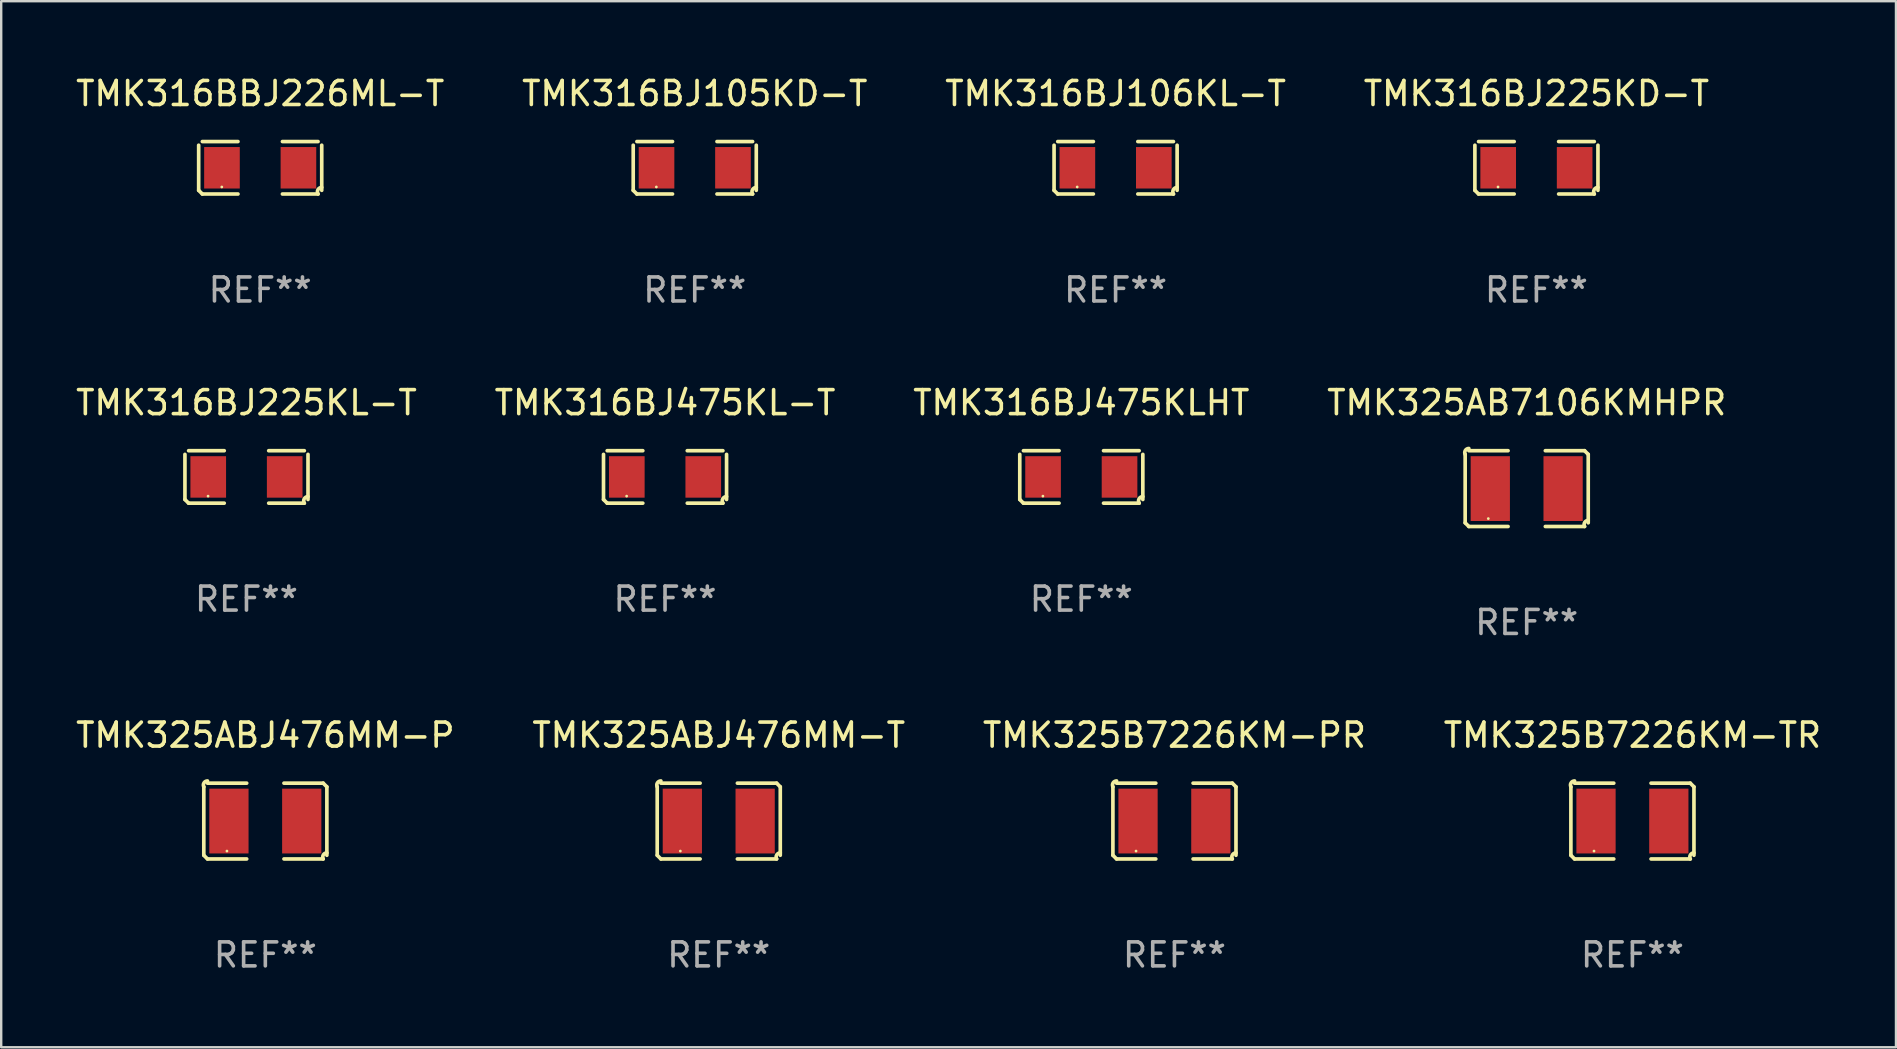
<source format=kicad_pcb>
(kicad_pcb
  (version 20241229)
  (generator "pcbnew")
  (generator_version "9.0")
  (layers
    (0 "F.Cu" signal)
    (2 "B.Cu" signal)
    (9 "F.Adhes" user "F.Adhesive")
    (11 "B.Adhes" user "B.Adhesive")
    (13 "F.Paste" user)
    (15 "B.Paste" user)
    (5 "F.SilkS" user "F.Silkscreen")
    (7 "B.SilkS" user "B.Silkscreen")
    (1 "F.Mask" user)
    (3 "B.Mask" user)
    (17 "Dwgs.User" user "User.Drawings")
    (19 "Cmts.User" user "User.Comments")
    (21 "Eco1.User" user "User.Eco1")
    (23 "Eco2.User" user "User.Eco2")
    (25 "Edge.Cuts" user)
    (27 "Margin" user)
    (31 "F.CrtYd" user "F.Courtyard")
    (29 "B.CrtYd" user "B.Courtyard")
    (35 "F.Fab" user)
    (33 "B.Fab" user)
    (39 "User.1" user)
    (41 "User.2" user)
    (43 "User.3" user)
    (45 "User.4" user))
  (footprint "TMK325ABJ476MM-T"
    (layer "F.Cu")
    (at 26.899 31.162)
    (property "Reference" "TMK325ABJ476MM-T" (at 0 -3.579 0) (layer "F.SilkS") (effects (font (size 1 1) (thickness 0.15))))
    (attr through_hole)
    (fp_line (start -2.564 1.426) (end -2.564 -1.426) (stroke (width 0.152) (type solid)) (layer "F.SilkS"))
    (fp_line (start -2.411 -1.579) (end -0.776 -1.579) (stroke (width 0.152) (type solid)) (layer "F.SilkS"))
    (fp_line (start -0.776 1.579) (end -2.411 1.579) (stroke (width 0.152) (type solid)) (layer "F.SilkS"))
    (fp_line (start 0.776 1.579) (end 2.411 1.579) (stroke (width 0.152) (type solid)) (layer "F.SilkS"))
    (fp_line (start 2.411 -1.579) (end 0.776 -1.579) (stroke (width 0.152) (type solid)) (layer "F.SilkS"))
    (fp_line (start 2.564 1.426) (end 2.564 -1.426) (stroke (width 0.152) (type solid)) (layer "F.SilkS"))
    (fp_arc (start -2.563602 -1.426213) (mid -2.555597 -1.591233) (end -2.411201 -1.671518) (stroke (width 0.1524) (type solid)) (layer "F.SilkS"))
    (fp_arc (start -2.5636 1.426214) (mid -2.487389 1.502402) (end -2.411201 1.578613) (stroke (width 0.1524) (type solid)) (layer "F.SilkS"))
    (fp_arc (start 2.411197 -1.578618) (mid 2.487403 -1.502419) (end 2.563602 -1.426213) (stroke (width 0.1524) (type solid)) (layer "F.SilkS"))
    (fp_arc (start 2.411201 1.578613) (mid 2.416214 1.409455) (end 2.563602 1.32629) (stroke (width 0.1524) (type solid)) (layer "F.SilkS"))
    (fp_circle (center -1.6 1.25) (end -1.57 1.25) (stroke (width 0.06) (type solid)) (fill no) (layer "F.SilkS"))
    (fp_text user "REF**" (at 0 5.579 0) (layer "F.Fab") (effects (font (size 1 1) (thickness 0.15))))
    (pad "1" smd rect (at -1.517 0) (size 1.635 2.7) (layers "F.Cu" "F.Mask" "F.Paste"))
    (pad "2" smd rect (at 1.517 0) (size 1.635 2.7) (layers "F.Cu" "F.Mask" "F.Paste")))
  (footprint "TMK316BJ225KL-T"
    (layer "F.Cu")
    (at 7.22 16.823)
    (property "Reference" "TMK316BJ225KL-T" (at 0 -3.093 0) (layer "F.SilkS") (effects (font (size 1 1) (thickness 0.15))))
    (attr through_hole)
    (fp_line (start -2.564 0.94) (end -2.564 -0.94) (stroke (width 0.152) (type solid)) (layer "F.SilkS"))
    (fp_line (start -2.411 -1.093) (end -0.926 -1.093) (stroke (width 0.152) (type solid)) (layer "F.SilkS"))
    (fp_line (start -0.926 1.093) (end -2.411 1.093) (stroke (width 0.152) (type solid)) (layer "F.SilkS"))
    (fp_line (start 0.926 1.093) (end 2.411 1.093) (stroke (width 0.152) (type solid)) (layer "F.SilkS"))
    (fp_line (start 2.411 -1.093) (end 0.926 -1.093) (stroke (width 0.152) (type solid)) (layer "F.SilkS"))
    (fp_line (start 2.564 0.94) (end 2.564 -0.94) (stroke (width 0.152) (type solid)) (layer "F.SilkS"))
    (fp_arc (start -2.411201 1.092609) (mid -2.487413 1.01642) (end -2.563602 0.940208) (stroke (width 0.1524) (type solid)) (layer "F.SilkS"))
    (fp_arc (start 2.411201 1.092609) (mid 2.407159 0.911226) (end 2.563602 0.819347) (stroke (width 0.1524) (type solid)) (layer "F.SilkS"))
    (fp_circle (center -1.6 0.8) (end -1.57 0.8) (stroke (width 0.06) (type solid)) (fill no) (layer "F.SilkS"))
    (fp_text user "REF**" (at 0 5.093 0) (layer "F.Fab") (effects (font (size 1 1) (thickness 0.15))))
    (pad "1" smd rect (at -1.593 0) (size 1.485 1.728) (layers "F.Cu" "F.Mask" "F.Paste"))
    (pad "2" smd rect (at 1.593 0) (size 1.485 1.728) (layers "F.Cu" "F.Mask" "F.Paste")))
  (footprint "TMK316BJ475KL-T"
    (layer "F.Cu")
    (at 24.661 16.823)
    (property "Reference" "TMK316BJ475KL-T" (at 0 -3.093 0) (layer "F.SilkS") (effects (font (size 1 1) (thickness 0.15))))
    (attr through_hole)
    (fp_line (start -2.564 0.94) (end -2.564 -0.94) (stroke (width 0.152) (type solid)) (layer "F.SilkS"))
    (fp_line (start -2.411 -1.093) (end -0.926 -1.093) (stroke (width 0.152) (type solid)) (layer "F.SilkS"))
    (fp_line (start -0.926 1.093) (end -2.411 1.093) (stroke (width 0.152) (type solid)) (layer "F.SilkS"))
    (fp_line (start 0.926 1.093) (end 2.411 1.093) (stroke (width 0.152) (type solid)) (layer "F.SilkS"))
    (fp_line (start 2.411 -1.093) (end 0.926 -1.093) (stroke (width 0.152) (type solid)) (layer "F.SilkS"))
    (fp_line (start 2.564 0.94) (end 2.564 -0.94) (stroke (width 0.152) (type solid)) (layer "F.SilkS"))
    (fp_arc (start -2.411201 1.092609) (mid -2.487413 1.01642) (end -2.563602 0.940208) (stroke (width 0.1524) (type solid)) (layer "F.SilkS"))
    (fp_arc (start 2.411201 1.092609) (mid 2.407159 0.911226) (end 2.563602 0.819347) (stroke (width 0.1524) (type solid)) (layer "F.SilkS"))
    (fp_circle (center -1.6 0.8) (end -1.57 0.8) (stroke (width 0.06) (type solid)) (fill no) (layer "F.SilkS"))
    (fp_text user "REF**" (at 0 5.093 0) (layer "F.Fab") (effects (font (size 1 1) (thickness 0.15))))
    (pad "1" smd rect (at -1.593 0) (size 1.485 1.728) (layers "F.Cu" "F.Mask" "F.Paste"))
    (pad "2" smd rect (at 1.593 0) (size 1.485 1.728) (layers "F.Cu" "F.Mask" "F.Paste")))
  (footprint "TMK316BJ105KD-T"
    (layer "F.Cu")
    (at 25.899 3.941)
    (property "Reference" "TMK316BJ105KD-T" (at 0 -3.093 0) (layer "F.SilkS") (effects (font (size 1 1) (thickness 0.15))))
    (attr through_hole)
    (fp_line (start -2.564 0.94) (end -2.564 -0.94) (stroke (width 0.152) (type solid)) (layer "F.SilkS"))
    (fp_line (start -2.411 -1.093) (end -0.926 -1.093) (stroke (width 0.152) (type solid)) (layer "F.SilkS"))
    (fp_line (start -0.926 1.093) (end -2.411 1.093) (stroke (width 0.152) (type solid)) (layer "F.SilkS"))
    (fp_line (start 0.926 1.093) (end 2.411 1.093) (stroke (width 0.152) (type solid)) (layer "F.SilkS"))
    (fp_line (start 2.411 -1.093) (end 0.926 -1.093) (stroke (width 0.152) (type solid)) (layer "F.SilkS"))
    (fp_line (start 2.564 0.94) (end 2.564 -0.94) (stroke (width 0.152) (type solid)) (layer "F.SilkS"))
    (fp_arc (start -2.411201 1.092609) (mid -2.487413 1.01642) (end -2.563602 0.940208) (stroke (width 0.1524) (type solid)) (layer "F.SilkS"))
    (fp_arc (start 2.411201 1.092609) (mid 2.407159 0.911226) (end 2.563602 0.819347) (stroke (width 0.1524) (type solid)) (layer "F.SilkS"))
    (fp_circle (center -1.6 0.8) (end -1.57 0.8) (stroke (width 0.06) (type solid)) (fill no) (layer "F.SilkS"))
    (fp_text user "REF**" (at 0 5.093 0) (layer "F.Fab") (effects (font (size 1 1) (thickness 0.15))))
    (pad "1" smd rect (at -1.593 0) (size 1.485 1.728) (layers "F.Cu" "F.Mask" "F.Paste"))
    (pad "2" smd rect (at 1.593 0) (size 1.485 1.728) (layers "F.Cu" "F.Mask" "F.Paste")))
  (footprint "TMK316BJ475KLHT"
    (layer "F.Cu")
    (at 42.006 16.823)
    (property "Reference" "TMK316BJ475KLHT" (at 0 -3.093 0) (layer "F.SilkS") (effects (font (size 1 1) (thickness 0.15))))
    (attr through_hole)
    (fp_line (start -2.564 0.94) (end -2.564 -0.94) (stroke (width 0.152) (type solid)) (layer "F.SilkS"))
    (fp_line (start -2.411 -1.093) (end -0.926 -1.093) (stroke (width 0.152) (type solid)) (layer "F.SilkS"))
    (fp_line (start -0.926 1.093) (end -2.411 1.093) (stroke (width 0.152) (type solid)) (layer "F.SilkS"))
    (fp_line (start 0.926 1.093) (end 2.411 1.093) (stroke (width 0.152) (type solid)) (layer "F.SilkS"))
    (fp_line (start 2.411 -1.093) (end 0.926 -1.093) (stroke (width 0.152) (type solid)) (layer "F.SilkS"))
    (fp_line (start 2.564 0.94) (end 2.564 -0.94) (stroke (width 0.152) (type solid)) (layer "F.SilkS"))
    (fp_arc (start -2.411201 1.092609) (mid -2.487413 1.01642) (end -2.563602 0.940208) (stroke (width 0.1524) (type solid)) (layer "F.SilkS"))
    (fp_arc (start 2.411201 1.092609) (mid 2.407159 0.911226) (end 2.563602 0.819347) (stroke (width 0.1524) (type solid)) (layer "F.SilkS"))
    (fp_circle (center -1.6 0.8) (end -1.57 0.8) (stroke (width 0.06) (type solid)) (fill no) (layer "F.SilkS"))
    (fp_text user "REF**" (at 0 5.093 0) (layer "F.Fab") (effects (font (size 1 1) (thickness 0.15))))
    (pad "1" smd rect (at -1.593 0) (size 1.485 1.728) (layers "F.Cu" "F.Mask" "F.Paste"))
    (pad "2" smd rect (at 1.593 0) (size 1.485 1.728) (layers "F.Cu" "F.Mask" "F.Paste")))
  (footprint "TMK316BJ106KL-T"
    (layer "F.Cu")
    (at 43.435 3.941)
    (property "Reference" "TMK316BJ106KL-T" (at 0 -3.093 0) (layer "F.SilkS") (effects (font (size 1 1) (thickness 0.15))))
    (attr through_hole)
    (fp_line (start -2.564 0.94) (end -2.564 -0.94) (stroke (width 0.152) (type solid)) (layer "F.SilkS"))
    (fp_line (start -2.411 -1.093) (end -0.926 -1.093) (stroke (width 0.152) (type solid)) (layer "F.SilkS"))
    (fp_line (start -0.926 1.093) (end -2.411 1.093) (stroke (width 0.152) (type solid)) (layer "F.SilkS"))
    (fp_line (start 0.926 1.093) (end 2.411 1.093) (stroke (width 0.152) (type solid)) (layer "F.SilkS"))
    (fp_line (start 2.411 -1.093) (end 0.926 -1.093) (stroke (width 0.152) (type solid)) (layer "F.SilkS"))
    (fp_line (start 2.564 0.94) (end 2.564 -0.94) (stroke (width 0.152) (type solid)) (layer "F.SilkS"))
    (fp_arc (start -2.411201 1.092609) (mid -2.487413 1.01642) (end -2.563602 0.940208) (stroke (width 0.1524) (type solid)) (layer "F.SilkS"))
    (fp_arc (start 2.411201 1.092609) (mid 2.407159 0.911226) (end 2.563602 0.819347) (stroke (width 0.1524) (type solid)) (layer "F.SilkS"))
    (fp_circle (center -1.6 0.8) (end -1.57 0.8) (stroke (width 0.06) (type solid)) (fill no) (layer "F.SilkS"))
    (fp_text user "REF**" (at 0 5.093 0) (layer "F.Fab") (effects (font (size 1 1) (thickness 0.15))))
    (pad "1" smd rect (at -1.593 0) (size 1.485 1.728) (layers "F.Cu" "F.Mask" "F.Paste"))
    (pad "2" smd rect (at 1.593 0) (size 1.485 1.728) (layers "F.Cu" "F.Mask" "F.Paste")))
  (footprint "TMK316BJ225KD-T"
    (layer "F.Cu")
    (at 60.97 3.941)
    (property "Reference" "TMK316BJ225KD-T" (at 0 -3.093 0) (layer "F.SilkS") (effects (font (size 1 1) (thickness 0.15))))
    (attr through_hole)
    (fp_line (start -2.564 0.94) (end -2.564 -0.94) (stroke (width 0.152) (type solid)) (layer "F.SilkS"))
    (fp_line (start -2.411 -1.093) (end -0.926 -1.093) (stroke (width 0.152) (type solid)) (layer "F.SilkS"))
    (fp_line (start -0.926 1.093) (end -2.411 1.093) (stroke (width 0.152) (type solid)) (layer "F.SilkS"))
    (fp_line (start 0.926 1.093) (end 2.411 1.093) (stroke (width 0.152) (type solid)) (layer "F.SilkS"))
    (fp_line (start 2.411 -1.093) (end 0.926 -1.093) (stroke (width 0.152) (type solid)) (layer "F.SilkS"))
    (fp_line (start 2.564 0.94) (end 2.564 -0.94) (stroke (width 0.152) (type solid)) (layer "F.SilkS"))
    (fp_arc (start -2.411201 1.092609) (mid -2.487413 1.01642) (end -2.563602 0.940208) (stroke (width 0.1524) (type solid)) (layer "F.SilkS"))
    (fp_arc (start 2.411201 1.092609) (mid 2.407159 0.911226) (end 2.563602 0.819347) (stroke (width 0.1524) (type solid)) (layer "F.SilkS"))
    (fp_circle (center -1.6 0.8) (end -1.57 0.8) (stroke (width 0.06) (type solid)) (fill no) (layer "F.SilkS"))
    (fp_text user "REF**" (at 0 5.093 0) (layer "F.Fab") (effects (font (size 1 1) (thickness 0.15))))
    (pad "1" smd rect (at -1.593 0) (size 1.485 1.728) (layers "F.Cu" "F.Mask" "F.Paste"))
    (pad "2" smd rect (at 1.593 0) (size 1.485 1.728) (layers "F.Cu" "F.Mask" "F.Paste")))
  (footprint "TMK325B7226KM-TR"
    (layer "F.Cu")
    (at 64.97 31.162)
    (property "Reference" "TMK325B7226KM-TR" (at 0 -3.579 0) (layer "F.SilkS") (effects (font (size 1 1) (thickness 0.15))))
    (attr through_hole)
    (fp_line (start -2.564 1.426) (end -2.564 -1.426) (stroke (width 0.152) (type solid)) (layer "F.SilkS"))
    (fp_line (start -2.411 -1.579) (end -0.776 -1.579) (stroke (width 0.152) (type solid)) (layer "F.SilkS"))
    (fp_line (start -0.776 1.579) (end -2.411 1.579) (stroke (width 0.152) (type solid)) (layer "F.SilkS"))
    (fp_line (start 0.776 1.579) (end 2.411 1.579) (stroke (width 0.152) (type solid)) (layer "F.SilkS"))
    (fp_line (start 2.411 -1.579) (end 0.776 -1.579) (stroke (width 0.152) (type solid)) (layer "F.SilkS"))
    (fp_line (start 2.564 1.426) (end 2.564 -1.426) (stroke (width 0.152) (type solid)) (layer "F.SilkS"))
    (fp_arc (start -2.563602 -1.426213) (mid -2.555597 -1.591233) (end -2.411201 -1.671518) (stroke (width 0.1524) (type solid)) (layer "F.SilkS"))
    (fp_arc (start -2.5636 1.426214) (mid -2.487389 1.502402) (end -2.411201 1.578613) (stroke (width 0.1524) (type solid)) (layer "F.SilkS"))
    (fp_arc (start 2.411197 -1.578618) (mid 2.487403 -1.502419) (end 2.563602 -1.426213) (stroke (width 0.1524) (type solid)) (layer "F.SilkS"))
    (fp_arc (start 2.411201 1.578613) (mid 2.416214 1.409455) (end 2.563602 1.32629) (stroke (width 0.1524) (type solid)) (layer "F.SilkS"))
    (fp_circle (center -1.6 1.25) (end -1.57 1.25) (stroke (width 0.06) (type solid)) (fill no) (layer "F.SilkS"))
    (fp_text user "REF**" (at 0 5.579 0) (layer "F.Fab") (effects (font (size 1 1) (thickness 0.15))))
    (pad "1" smd rect (at -1.517 0) (size 1.635 2.7) (layers "F.Cu" "F.Mask" "F.Paste"))
    (pad "2" smd rect (at 1.517 0) (size 1.635 2.7) (layers "F.Cu" "F.Mask" "F.Paste")))
  (footprint "TMK325AB7106KMHPR"
    (layer "F.Cu")
    (at 60.565 17.309)
    (property "Reference" "TMK325AB7106KMHPR" (at 0 -3.579 0) (layer "F.SilkS") (effects (font (size 1 1) (thickness 0.15))))
    (attr through_hole)
    (fp_line (start -2.564 1.426) (end -2.564 -1.426) (stroke (width 0.152) (type solid)) (layer "F.SilkS"))
    (fp_line (start -2.411 -1.579) (end -0.776 -1.579) (stroke (width 0.152) (type solid)) (layer "F.SilkS"))
    (fp_line (start -0.776 1.579) (end -2.411 1.579) (stroke (width 0.152) (type solid)) (layer "F.SilkS"))
    (fp_line (start 0.776 1.579) (end 2.411 1.579) (stroke (width 0.152) (type solid)) (layer "F.SilkS"))
    (fp_line (start 2.411 -1.579) (end 0.776 -1.579) (stroke (width 0.152) (type solid)) (layer "F.SilkS"))
    (fp_line (start 2.564 1.426) (end 2.564 -1.426) (stroke (width 0.152) (type solid)) (layer "F.SilkS"))
    (fp_arc (start -2.563602 -1.426213) (mid -2.555597 -1.591233) (end -2.411201 -1.671518) (stroke (width 0.1524) (type solid)) (layer "F.SilkS"))
    (fp_arc (start -2.5636 1.426214) (mid -2.487389 1.502402) (end -2.411201 1.578613) (stroke (width 0.1524) (type solid)) (layer "F.SilkS"))
    (fp_arc (start 2.411197 -1.578618) (mid 2.487403 -1.502419) (end 2.563602 -1.426213) (stroke (width 0.1524) (type solid)) (layer "F.SilkS"))
    (fp_arc (start 2.411201 1.578613) (mid 2.416214 1.409455) (end 2.563602 1.32629) (stroke (width 0.1524) (type solid)) (layer "F.SilkS"))
    (fp_circle (center -1.6 1.25) (end -1.57 1.25) (stroke (width 0.06) (type solid)) (fill no) (layer "F.SilkS"))
    (fp_text user "REF**" (at 0 5.579 0) (layer "F.Fab") (effects (font (size 1 1) (thickness 0.15))))
    (pad "1" smd rect (at -1.517 0) (size 1.635 2.7) (layers "F.Cu" "F.Mask" "F.Paste"))
    (pad "2" smd rect (at 1.517 0) (size 1.635 2.7) (layers "F.Cu" "F.Mask" "F.Paste")))
  (footprint "TMK316BBJ226ML-T"
    (layer "F.Cu")
    (at 7.792 3.941)
    (property "Reference" "TMK316BBJ226ML-T" (at 0 -3.093 0) (layer "F.SilkS") (effects (font (size 1 1) (thickness 0.15))))
    (attr through_hole)
    (fp_line (start -2.564 0.94) (end -2.564 -0.94) (stroke (width 0.152) (type solid)) (layer "F.SilkS"))
    (fp_line (start -2.411 -1.093) (end -0.926 -1.093) (stroke (width 0.152) (type solid)) (layer "F.SilkS"))
    (fp_line (start -0.926 1.093) (end -2.411 1.093) (stroke (width 0.152) (type solid)) (layer "F.SilkS"))
    (fp_line (start 0.926 1.093) (end 2.411 1.093) (stroke (width 0.152) (type solid)) (layer "F.SilkS"))
    (fp_line (start 2.411 -1.093) (end 0.926 -1.093) (stroke (width 0.152) (type solid)) (layer "F.SilkS"))
    (fp_line (start 2.564 0.94) (end 2.564 -0.94) (stroke (width 0.152) (type solid)) (layer "F.SilkS"))
    (fp_arc (start -2.411201 1.092609) (mid -2.487413 1.01642) (end -2.563602 0.940208) (stroke (width 0.1524) (type solid)) (layer "F.SilkS"))
    (fp_arc (start 2.411201 1.092609) (mid 2.407159 0.911226) (end 2.563602 0.819347) (stroke (width 0.1524) (type solid)) (layer "F.SilkS"))
    (fp_circle (center -1.6 0.8) (end -1.57 0.8) (stroke (width 0.06) (type solid)) (fill no) (layer "F.SilkS"))
    (fp_text user "REF**" (at 0 5.093 0) (layer "F.Fab") (effects (font (size 1 1) (thickness 0.15))))
    (pad "1" smd rect (at -1.593 0) (size 1.485 1.728) (layers "F.Cu" "F.Mask" "F.Paste"))
    (pad "2" smd rect (at 1.593 0) (size 1.485 1.728) (layers "F.Cu" "F.Mask" "F.Paste")))
  (footprint "TMK325ABJ476MM-P"
    (layer "F.Cu")
    (at 8.006 31.162)
    (property "Reference" "TMK325ABJ476MM-P" (at 0 -3.579 0) (layer "F.SilkS") (effects (font (size 1 1) (thickness 0.15))))
    (attr through_hole)
    (fp_line (start -2.564 1.426) (end -2.564 -1.426) (stroke (width 0.152) (type solid)) (layer "F.SilkS"))
    (fp_line (start -2.411 -1.579) (end -0.776 -1.579) (stroke (width 0.152) (type solid)) (layer "F.SilkS"))
    (fp_line (start -0.776 1.579) (end -2.411 1.579) (stroke (width 0.152) (type solid)) (layer "F.SilkS"))
    (fp_line (start 0.776 1.579) (end 2.411 1.579) (stroke (width 0.152) (type solid)) (layer "F.SilkS"))
    (fp_line (start 2.411 -1.579) (end 0.776 -1.579) (stroke (width 0.152) (type solid)) (layer "F.SilkS"))
    (fp_line (start 2.564 1.426) (end 2.564 -1.426) (stroke (width 0.152) (type solid)) (layer "F.SilkS"))
    (fp_arc (start -2.563602 -1.426213) (mid -2.555597 -1.591233) (end -2.411201 -1.671518) (stroke (width 0.1524) (type solid)) (layer "F.SilkS"))
    (fp_arc (start -2.5636 1.426214) (mid -2.487389 1.502402) (end -2.411201 1.578613) (stroke (width 0.1524) (type solid)) (layer "F.SilkS"))
    (fp_arc (start 2.411197 -1.578618) (mid 2.487403 -1.502419) (end 2.563602 -1.426213) (stroke (width 0.1524) (type solid)) (layer "F.SilkS"))
    (fp_arc (start 2.411201 1.578613) (mid 2.416214 1.409455) (end 2.563602 1.32629) (stroke (width 0.1524) (type solid)) (layer "F.SilkS"))
    (fp_circle (center -1.6 1.25) (end -1.57 1.25) (stroke (width 0.06) (type solid)) (fill no) (layer "F.SilkS"))
    (fp_text user "REF**" (at 0 5.579 0) (layer "F.Fab") (effects (font (size 1 1) (thickness 0.15))))
    (pad "1" smd rect (at -1.517 0) (size 1.635 2.7) (layers "F.Cu" "F.Mask" "F.Paste"))
    (pad "2" smd rect (at 1.517 0) (size 1.635 2.7) (layers "F.Cu" "F.Mask" "F.Paste")))
  (footprint "TMK325B7226KM-PR"
    (layer "F.Cu")
    (at 45.887 31.162)
    (property "Reference" "TMK325B7226KM-PR" (at 0 -3.579 0) (layer "F.SilkS") (effects (font (size 1 1) (thickness 0.15))))
    (attr through_hole)
    (fp_line (start -2.564 1.426) (end -2.564 -1.426) (stroke (width 0.152) (type solid)) (layer "F.SilkS"))
    (fp_line (start -2.411 -1.579) (end -0.776 -1.579) (stroke (width 0.152) (type solid)) (layer "F.SilkS"))
    (fp_line (start -0.776 1.579) (end -2.411 1.579) (stroke (width 0.152) (type solid)) (layer "F.SilkS"))
    (fp_line (start 0.776 1.579) (end 2.411 1.579) (stroke (width 0.152) (type solid)) (layer "F.SilkS"))
    (fp_line (start 2.411 -1.579) (end 0.776 -1.579) (stroke (width 0.152) (type solid)) (layer "F.SilkS"))
    (fp_line (start 2.564 1.426) (end 2.564 -1.426) (stroke (width 0.152) (type solid)) (layer "F.SilkS"))
    (fp_arc (start -2.563602 -1.426213) (mid -2.555597 -1.591233) (end -2.411201 -1.671518) (stroke (width 0.1524) (type solid)) (layer "F.SilkS"))
    (fp_arc (start -2.5636 1.426214) (mid -2.487389 1.502402) (end -2.411201 1.578613) (stroke (width 0.1524) (type solid)) (layer "F.SilkS"))
    (fp_arc (start 2.411197 -1.578618) (mid 2.487403 -1.502419) (end 2.563602 -1.426213) (stroke (width 0.1524) (type solid)) (layer "F.SilkS"))
    (fp_arc (start 2.411201 1.578613) (mid 2.416214 1.409455) (end 2.563602 1.32629) (stroke (width 0.1524) (type solid)) (layer "F.SilkS"))
    (fp_circle (center -1.6 1.25) (end -1.57 1.25) (stroke (width 0.06) (type solid)) (fill no) (layer "F.SilkS"))
    (fp_text user "REF**" (at 0 5.579 0) (layer "F.Fab") (effects (font (size 1 1) (thickness 0.15))))
    (pad "1" smd rect (at -1.517 0) (size 1.635 2.7) (layers "F.Cu" "F.Mask" "F.Paste"))
    (pad "2" smd rect (at 1.517 0) (size 1.635 2.7) (layers "F.Cu" "F.Mask" "F.Paste")))
  (gr_rect
    (start -3 -3)
    (end 75.952 40.589)
    (stroke (width 0.1) (type default))
    (fill no)
    (layer "Edge.Cuts")))
</source>
